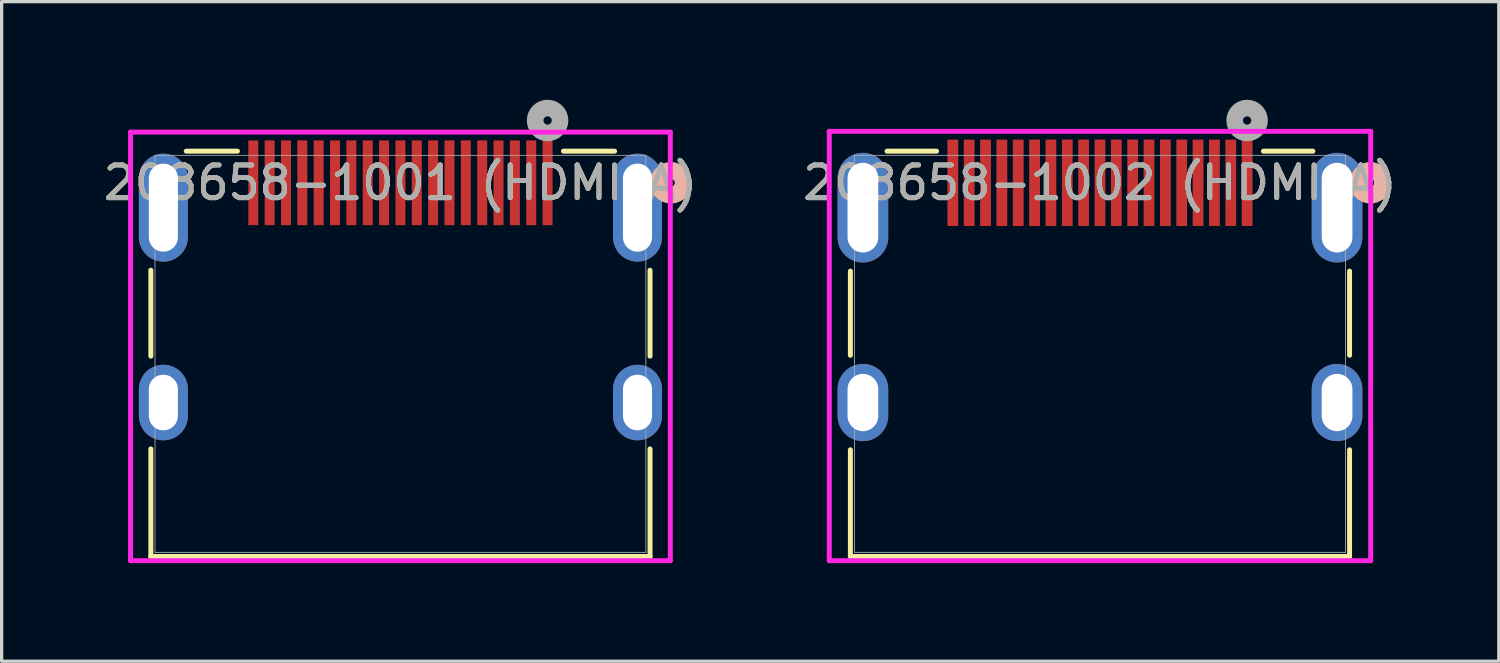
<source format=kicad_pcb>
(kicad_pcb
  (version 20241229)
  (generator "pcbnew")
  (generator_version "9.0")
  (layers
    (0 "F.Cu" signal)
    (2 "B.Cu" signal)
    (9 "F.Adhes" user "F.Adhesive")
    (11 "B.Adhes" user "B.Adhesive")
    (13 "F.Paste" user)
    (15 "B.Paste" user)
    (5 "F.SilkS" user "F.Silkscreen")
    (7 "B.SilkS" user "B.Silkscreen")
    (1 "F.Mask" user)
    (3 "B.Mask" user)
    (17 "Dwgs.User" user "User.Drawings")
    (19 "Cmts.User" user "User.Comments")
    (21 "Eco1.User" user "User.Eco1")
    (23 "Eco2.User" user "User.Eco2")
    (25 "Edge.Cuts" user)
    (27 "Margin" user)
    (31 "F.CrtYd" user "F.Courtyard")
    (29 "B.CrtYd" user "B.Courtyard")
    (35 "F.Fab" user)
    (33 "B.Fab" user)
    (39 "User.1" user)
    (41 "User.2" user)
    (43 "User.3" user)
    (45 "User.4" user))
  (footprint "208658-1001 (HDMI A)"
    (layer "F.Cu")
    (at 9.196 7.771)
    (property "Reference" "208658-1001 (HDMI A)" (at 0 -5.231 0) (unlocked yes) (layer "F.SilkS") (effects (font (size 1 1) (thickness 0.15))))
    (attr smd)
    (fp_line (start -7.633 -2.557) (end -7.633 0.071) (stroke (width 0.152) (type solid)) (layer "F.SilkS"))
    (fp_line (start -7.633 2.908) (end -7.633 6.198) (stroke (width 0.152) (type solid)) (layer "F.SilkS"))
    (fp_line (start -7.633 6.198) (end 7.633 6.198) (stroke (width 0.152) (type solid)) (layer "F.SilkS"))
    (fp_line (start -4.985 -6.198) (end -6.55 -6.198) (stroke (width 0.152) (type solid)) (layer "F.SilkS"))
    (fp_line (start 6.55 -6.198) (end 4.985 -6.198) (stroke (width 0.152) (type solid)) (layer "F.SilkS"))
    (fp_line (start 7.633 0.071) (end 7.633 -2.557) (stroke (width 0.152) (type solid)) (layer "F.SilkS"))
    (fp_line (start 7.633 6.198) (end 7.633 2.908) (stroke (width 0.152) (type solid)) (layer "F.SilkS"))
    (fp_arc (start 8.499556 -5.53293) (mid 8.609386 -5.399157) (end 8.6487 -5.230599) (stroke (width 0.508) (type solid)) (layer "F.SilkS"))
    (fp_arc (start 8.6487 -5.230599) (mid 8.61224 -5.067955) (end 8.509838 -4.936439) (stroke (width 0.508) (type solid)) (layer "F.SilkS"))
    (fp_circle (center 8.268 -5.231) (end 8.649 -5.231) (stroke (width 0.508) (type solid)) (fill no) (layer "B.SilkS"))
    (fp_line (start -8.253 -6.78) (end -8.253 6.325) (stroke (width 0.152) (type solid)) (layer "F.CrtYd"))
    (fp_line (start -8.253 6.325) (end 8.253 6.325) (stroke (width 0.152) (type solid)) (layer "F.CrtYd"))
    (fp_line (start 8.253 -6.78) (end -8.253 -6.78) (stroke (width 0.152) (type solid)) (layer "F.CrtYd"))
    (fp_line (start 8.253 6.325) (end 8.253 -6.78) (stroke (width 0.152) (type solid)) (layer "F.CrtYd"))
    (fp_line (start -7.506 -6.071) (end -7.506 6.071) (stroke (width 0.025) (type solid)) (layer "F.Fab"))
    (fp_line (start -7.506 6.071) (end 7.506 6.071) (stroke (width 0.025) (type solid)) (layer "F.Fab"))
    (fp_line (start 7.506 -6.071) (end -7.506 -6.071) (stroke (width 0.025) (type solid)) (layer "F.Fab"))
    (fp_line (start 7.506 6.071) (end 7.506 -6.071) (stroke (width 0.025) (type solid)) (layer "F.Fab"))
    (fp_circle (center 4.5 -7.136) (end 4.881 -7.136) (stroke (width 0.508) (type solid)) (fill no) (layer "F.Fab"))
    (fp_text user "${REFERENCE}" (at 0 -5.231 0) (unlocked yes) (layer "F.Fab") (effects (font (size 1 1) (thickness 0.15))))
    (pad "" np_thru_hole oval (at -7.25 -4.471) (size 1.499 3.302) (drill oval 0.889 2.692) (layers "*.Cu" "*.Mask"))
    (pad "" np_thru_hole oval (at -7.25 1.489) (size 1.499 2.311) (drill oval 0.889 1.702) (layers "*.Cu" "*.Mask"))
    (pad "" np_thru_hole oval (at 7.25 -4.471) (size 1.499 3.302) (drill oval 0.889 2.692) (layers "*.Cu" "*.Mask"))
    (pad "" np_thru_hole oval (at 7.25 1.489) (size 1.499 2.311) (drill oval 0.889 1.702) (layers "*.Cu" "*.Mask"))
    (pad "1" smd rect (at 4.5 -5.231) (size 0.305 2.591) (layers "F.Cu" "F.Mask" "F.Paste"))
    (pad "2" smd rect (at 4 -5.231) (size 0.305 2.591) (layers "F.Cu" "F.Mask" "F.Paste"))
    (pad "3" smd rect (at 3.5 -5.231) (size 0.305 2.591) (layers "F.Cu" "F.Mask" "F.Paste"))
    (pad "4" smd rect (at 3 -5.231) (size 0.305 2.591) (layers "F.Cu" "F.Mask" "F.Paste"))
    (pad "5" smd rect (at 2.5 -5.231) (size 0.305 2.591) (layers "F.Cu" "F.Mask" "F.Paste"))
    (pad "6" smd rect (at 2 -5.231) (size 0.305 2.591) (layers "F.Cu" "F.Mask" "F.Paste"))
    (pad "7" smd rect (at 1.5 -5.231) (size 0.305 2.591) (layers "F.Cu" "F.Mask" "F.Paste"))
    (pad "8" smd rect (at 1 -5.231) (size 0.305 2.591) (layers "F.Cu" "F.Mask" "F.Paste"))
    (pad "9" smd rect (at 0.5 -5.231) (size 0.305 2.591) (layers "F.Cu" "F.Mask" "F.Paste"))
    (pad "10" smd rect (at 0 -5.231) (size 0.305 2.591) (layers "F.Cu" "F.Mask" "F.Paste"))
    (pad "11" smd rect (at -0.5 -5.231) (size 0.305 2.591) (layers "F.Cu" "F.Mask" "F.Paste"))
    (pad "12" smd rect (at -1 -5.231) (size 0.305 2.591) (layers "F.Cu" "F.Mask" "F.Paste"))
    (pad "13" smd rect (at -1.5 -5.231) (size 0.305 2.591) (layers "F.Cu" "F.Mask" "F.Paste"))
    (pad "14" smd rect (at -2 -5.231) (size 0.305 2.591) (layers "F.Cu" "F.Mask" "F.Paste"))
    (pad "15" smd rect (at -2.5 -5.231) (size 0.305 2.591) (layers "F.Cu" "F.Mask" "F.Paste"))
    (pad "16" smd rect (at -3 -5.231) (size 0.305 2.591) (layers "F.Cu" "F.Mask" "F.Paste"))
    (pad "17" smd rect (at -3.5 -5.231) (size 0.305 2.591) (layers "F.Cu" "F.Mask" "F.Paste"))
    (pad "18" smd rect (at -4 -5.231) (size 0.305 2.591) (layers "F.Cu" "F.Mask" "F.Paste"))
    (pad "19" smd rect (at -4.5 -5.231) (size 0.305 2.591) (layers "F.Cu" "F.Mask" "F.Paste")))
  (footprint "208658-1002 (HDMI A)"
    (layer "F.Cu")
    (at 30.589 7.771)
    (property "Reference" "208658-1002 (HDMI A)" (at 0 -5.231 0) (unlocked yes) (layer "F.SilkS") (effects (font (size 1 1) (thickness 0.15))))
    (attr smd)
    (fp_line (start -7.633 -2.53) (end -7.633 0.044) (stroke (width 0.152) (type solid)) (layer "F.SilkS"))
    (fp_line (start -7.633 2.935) (end -7.633 6.198) (stroke (width 0.152) (type solid)) (layer "F.SilkS"))
    (fp_line (start -7.633 6.198) (end 7.633 6.198) (stroke (width 0.152) (type solid)) (layer "F.SilkS"))
    (fp_line (start -4.998 -6.198) (end -6.512 -6.198) (stroke (width 0.152) (type solid)) (layer "F.SilkS"))
    (fp_line (start 6.512 -6.198) (end 4.998 -6.198) (stroke (width 0.152) (type solid)) (layer "F.SilkS"))
    (fp_line (start 7.633 0.044) (end 7.633 -2.53) (stroke (width 0.152) (type solid)) (layer "F.SilkS"))
    (fp_line (start 7.633 6.198) (end 7.633 2.935) (stroke (width 0.152) (type solid)) (layer "F.SilkS"))
    (fp_arc (start 8.527963 -5.508851) (mid 8.617215 -5.382257) (end 8.6487 -5.230599) (stroke (width 0.508) (type solid)) (layer "F.SilkS"))
    (fp_arc (start 8.6487 -5.230599) (mid 8.619192 -5.08358) (end 8.535238 -4.959335) (stroke (width 0.508) (type solid)) (layer "F.SilkS"))
    (fp_circle (center 8.268 -5.231) (end 8.649 -5.231) (stroke (width 0.508) (type solid)) (fill no) (layer "B.SilkS"))
    (fp_line (start -8.279 -6.805) (end -8.279 6.325) (stroke (width 0.152) (type solid)) (layer "F.CrtYd"))
    (fp_line (start -8.279 6.325) (end 8.279 6.325) (stroke (width 0.152) (type solid)) (layer "F.CrtYd"))
    (fp_line (start 8.279 -6.805) (end -8.279 -6.805) (stroke (width 0.152) (type solid)) (layer "F.CrtYd"))
    (fp_line (start 8.279 6.325) (end 8.279 -6.805) (stroke (width 0.152) (type solid)) (layer "F.CrtYd"))
    (fp_line (start -7.506 -6.071) (end -7.506 6.071) (stroke (width 0.025) (type solid)) (layer "F.Fab"))
    (fp_line (start -7.506 6.071) (end 7.506 6.071) (stroke (width 0.025) (type solid)) (layer "F.Fab"))
    (fp_line (start 7.506 -6.071) (end -7.506 -6.071) (stroke (width 0.025) (type solid)) (layer "F.Fab"))
    (fp_line (start 7.506 6.071) (end 7.506 -6.071) (stroke (width 0.025) (type solid)) (layer "F.Fab"))
    (fp_circle (center 4.5 -7.136) (end 4.881 -7.136) (stroke (width 0.508) (type solid)) (fill no) (layer "F.Fab"))
    (fp_text user "${REFERENCE}" (at 0 -5.231 0) (unlocked yes) (layer "F.Fab") (effects (font (size 1 1) (thickness 0.15))))
    (pad "" np_thru_hole oval (at -7.25 -4.471 90) (size 3.353 1.549) (drill oval 2.743 0.94) (layers "*.Cu" "*.Mask"))
    (pad "" np_thru_hole oval (at -7.25 1.489 90) (size 2.362 1.549) (drill oval 1.753 0.94) (layers "*.Cu" "*.Mask"))
    (pad "" np_thru_hole oval (at 7.25 -4.471 90) (size 3.353 1.549) (drill oval 2.743 0.94) (layers "*.Cu" "*.Mask"))
    (pad "" np_thru_hole oval (at 7.25 1.489 90) (size 2.362 1.549) (drill oval 1.753 0.94) (layers "*.Cu" "*.Mask"))
    (pad "1" smd rect (at 4.5 -5.231) (size 0.33 2.642) (layers "F.Cu" "F.Mask" "F.Paste"))
    (pad "2" smd rect (at 4 -5.231) (size 0.33 2.642) (layers "F.Cu" "F.Mask" "F.Paste"))
    (pad "3" smd rect (at 3.5 -5.231) (size 0.33 2.642) (layers "F.Cu" "F.Mask" "F.Paste"))
    (pad "4" smd rect (at 3 -5.231) (size 0.33 2.642) (layers "F.Cu" "F.Mask" "F.Paste"))
    (pad "5" smd rect (at 2.5 -5.231) (size 0.33 2.642) (layers "F.Cu" "F.Mask" "F.Paste"))
    (pad "6" smd rect (at 2 -5.231) (size 0.33 2.642) (layers "F.Cu" "F.Mask" "F.Paste"))
    (pad "7" smd rect (at 1.5 -5.231) (size 0.33 2.642) (layers "F.Cu" "F.Mask" "F.Paste"))
    (pad "8" smd rect (at 1 -5.231) (size 0.33 2.642) (layers "F.Cu" "F.Mask" "F.Paste"))
    (pad "9" smd rect (at 0.5 -5.231) (size 0.33 2.642) (layers "F.Cu" "F.Mask" "F.Paste"))
    (pad "10" smd rect (at 0 -5.231) (size 0.33 2.642) (layers "F.Cu" "F.Mask" "F.Paste"))
    (pad "11" smd rect (at -0.5 -5.231) (size 0.33 2.642) (layers "F.Cu" "F.Mask" "F.Paste"))
    (pad "12" smd rect (at -1 -5.231) (size 0.33 2.642) (layers "F.Cu" "F.Mask" "F.Paste"))
    (pad "13" smd rect (at -1.5 -5.231) (size 0.33 2.642) (layers "F.Cu" "F.Mask" "F.Paste"))
    (pad "14" smd rect (at -2 -5.231) (size 0.33 2.642) (layers "F.Cu" "F.Mask" "F.Paste"))
    (pad "15" smd rect (at -2.5 -5.231) (size 0.33 2.642) (layers "F.Cu" "F.Mask" "F.Paste"))
    (pad "16" smd rect (at -3 -5.231) (size 0.33 2.642) (layers "F.Cu" "F.Mask" "F.Paste"))
    (pad "17" smd rect (at -3.5 -5.231) (size 0.33 2.642) (layers "F.Cu" "F.Mask" "F.Paste"))
    (pad "18" smd rect (at -4 -5.231) (size 0.33 2.642) (layers "F.Cu" "F.Mask" "F.Paste"))
    (pad "19" smd rect (at -4.5 -5.231) (size 0.33 2.642) (layers "F.Cu" "F.Mask" "F.Paste")))
  (gr_rect
    (start -3 -3)
    (end 42.786 17.171)
    (stroke (width 0.1) (type default))
    (fill no)
    (layer "Edge.Cuts")))
</source>
